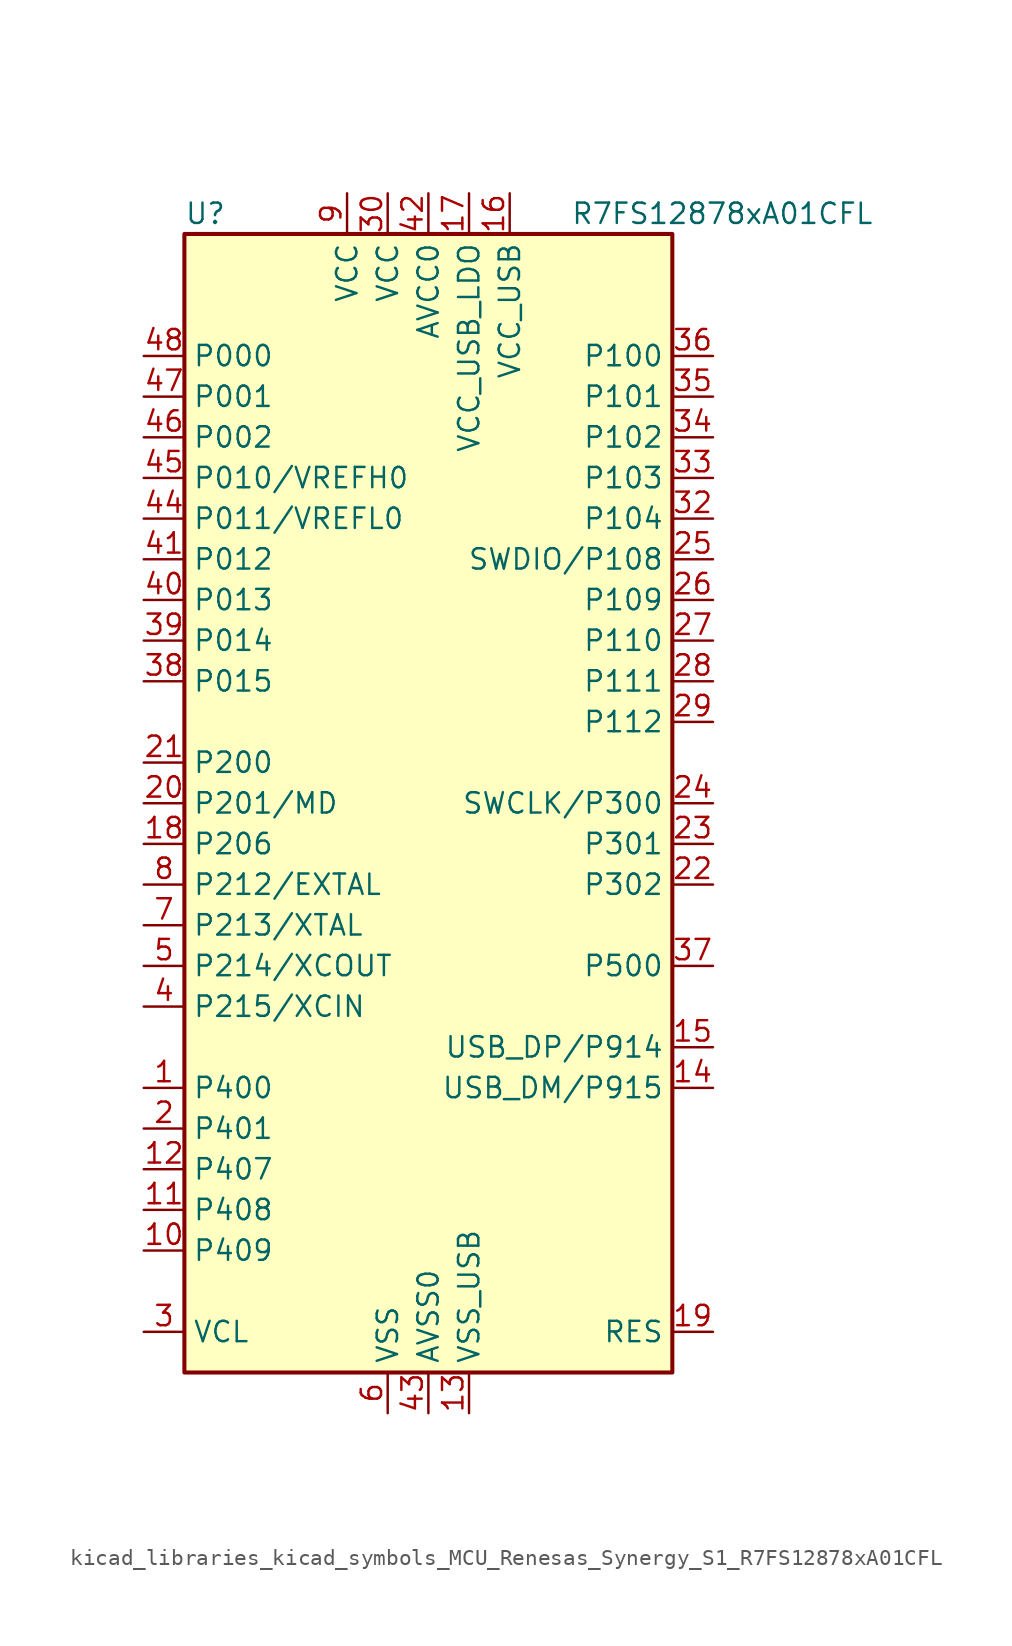
<source format=kicad_sym>
(kicad_symbol_lib
  (version 20220914)
  (generator kicad_symbol_editor)
  (symbol "kicad_libraries_kicad_symbols_MCU_Renesas_Synergy_S1_R7FS12878xA01CFL"
    (property "Reference" "U"
      (at -15.24 36.83 0)
      (effects (font (size 1.27 1.27)) (justify left)))
    (property "Value" "R7FS12878xA01CFL"
      (at 8.89 36.83 0)
      (effects (font (size 1.27 1.27)) (justify left)))
    (symbol "kicad_libraries_kicad_symbols_MCU_Renesas_Synergy_S1_R7FS12878xA01CFL_0_1"
      (rectangle (start -15.24 -35.56) (end 15.24 35.56) (stroke (width 0.254) (type default)) (fill (type background))))
    (symbol "kicad_libraries_kicad_symbols_MCU_Renesas_Synergy_S1_R7FS12878xA01CFL_1_1"
      (pin bidirectional line (at -17.78 -17.78 0) (length 2.54) (name "P400" (effects (font (size 1.27 1.27)))) (number "1" (effects (font (size 1.27 1.27)))))
      (pin bidirectional line (at -17.78 -27.94 0) (length 2.54) (name "P409" (effects (font (size 1.27 1.27)))) (number "10" (effects (font (size 1.27 1.27)))))
      (pin bidirectional line (at -17.78 -25.4 0) (length 2.54) (name "P408" (effects (font (size 1.27 1.27)))) (number "11" (effects (font (size 1.27 1.27)))))
      (pin bidirectional line (at -17.78 -22.86 0) (length 2.54) (name "P407" (effects (font (size 1.27 1.27)))) (number "12" (effects (font (size 1.27 1.27)))))
      (pin power_in line (at 2.54 -38.1 90) (length 2.54) (name "VSS_USB" (effects (font (size 1.27 1.27)))) (number "13" (effects (font (size 1.27 1.27)))))
      (pin bidirectional line (at 17.78 -17.78 180) (length 2.54) (name "USB_DM/P915" (effects (font (size 1.27 1.27)))) (number "14" (effects (font (size 1.27 1.27)))))
      (pin bidirectional line (at 17.78 -15.24 180) (length 2.54) (name "USB_DP/P914" (effects (font (size 1.27 1.27)))) (number "15" (effects (font (size 1.27 1.27)))))
      (pin power_in line (at 5.08 38.1 270) (length 2.54) (name "VCC_USB" (effects (font (size 1.27 1.27)))) (number "16" (effects (font (size 1.27 1.27)))))
      (pin power_in line (at 2.54 38.1 270) (length 2.54) (name "VCC_USB_LDO" (effects (font (size 1.27 1.27)))) (number "17" (effects (font (size 1.27 1.27)))))
      (pin bidirectional line (at -17.78 -2.54 0) (length 2.54) (name "P206" (effects (font (size 1.27 1.27)))) (number "18" (effects (font (size 1.27 1.27)))))
      (pin input line (at 17.78 -33.02 180) (length 2.54) (name "RES" (effects (font (size 1.27 1.27)))) (number "19" (effects (font (size 1.27 1.27)))))
      (pin bidirectional line (at -17.78 -20.32 0) (length 2.54) (name "P401" (effects (font (size 1.27 1.27)))) (number "2" (effects (font (size 1.27 1.27)))))
      (pin bidirectional line (at -17.78 0 0) (length 2.54) (name "P201/MD" (effects (font (size 1.27 1.27)))) (number "20" (effects (font (size 1.27 1.27)))))
      (pin bidirectional line (at -17.78 2.54 0) (length 2.54) (name "P200" (effects (font (size 1.27 1.27)))) (number "21" (effects (font (size 1.27 1.27)))))
      (pin bidirectional line (at 17.78 -5.08 180) (length 2.54) (name "P302" (effects (font (size 1.27 1.27)))) (number "22" (effects (font (size 1.27 1.27)))))
      (pin bidirectional line (at 17.78 -2.54 180) (length 2.54) (name "P301" (effects (font (size 1.27 1.27)))) (number "23" (effects (font (size 1.27 1.27)))))
      (pin bidirectional line (at 17.78 0 180) (length 2.54) (name "SWCLK/P300" (effects (font (size 1.27 1.27)))) (number "24" (effects (font (size 1.27 1.27)))))
      (pin bidirectional line (at 17.78 15.24 180) (length 2.54) (name "SWDIO/P108" (effects (font (size 1.27 1.27)))) (number "25" (effects (font (size 1.27 1.27)))))
      (pin bidirectional line (at 17.78 12.7 180) (length 2.54) (name "P109" (effects (font (size 1.27 1.27)))) (number "26" (effects (font (size 1.27 1.27)))))
      (pin bidirectional line (at 17.78 10.16 180) (length 2.54) (name "P110" (effects (font (size 1.27 1.27)))) (number "27" (effects (font (size 1.27 1.27)))))
      (pin bidirectional line (at 17.78 7.62 180) (length 2.54) (name "P111" (effects (font (size 1.27 1.27)))) (number "28" (effects (font (size 1.27 1.27)))))
      (pin bidirectional line (at 17.78 5.08 180) (length 2.54) (name "P112" (effects (font (size 1.27 1.27)))) (number "29" (effects (font (size 1.27 1.27)))))
      (pin passive line (at -17.78 -33.02 0) (length 2.54) (name "VCL" (effects (font (size 1.27 1.27)))) (number "3" (effects (font (size 1.27 1.27)))))
      (pin power_in line (at -2.54 38.1 270) (length 2.54) (name "VCC" (effects (font (size 1.27 1.27)))) (number "30" (effects (font (size 1.27 1.27)))))
      (pin passive line (at -2.54 -38.1 90) (length 2.54) hide (name "VSS" (effects (font (size 1.27 1.27)))) (number "31" (effects (font (size 1.27 1.27)))))
      (pin bidirectional line (at 17.78 17.78 180) (length 2.54) (name "P104" (effects (font (size 1.27 1.27)))) (number "32" (effects (font (size 1.27 1.27)))))
      (pin bidirectional line (at 17.78 20.32 180) (length 2.54) (name "P103" (effects (font (size 1.27 1.27)))) (number "33" (effects (font (size 1.27 1.27)))))
      (pin bidirectional line (at 17.78 22.86 180) (length 2.54) (name "P102" (effects (font (size 1.27 1.27)))) (number "34" (effects (font (size 1.27 1.27)))))
      (pin bidirectional line (at 17.78 25.4 180) (length 2.54) (name "P101" (effects (font (size 1.27 1.27)))) (number "35" (effects (font (size 1.27 1.27)))))
      (pin bidirectional line (at 17.78 27.94 180) (length 2.54) (name "P100" (effects (font (size 1.27 1.27)))) (number "36" (effects (font (size 1.27 1.27)))))
      (pin bidirectional line (at 17.78 -10.16 180) (length 2.54) (name "P500" (effects (font (size 1.27 1.27)))) (number "37" (effects (font (size 1.27 1.27)))))
      (pin bidirectional line (at -17.78 7.62 0) (length 2.54) (name "P015" (effects (font (size 1.27 1.27)))) (number "38" (effects (font (size 1.27 1.27)))))
      (pin bidirectional line (at -17.78 10.16 0) (length 2.54) (name "P014" (effects (font (size 1.27 1.27)))) (number "39" (effects (font (size 1.27 1.27)))))
      (pin bidirectional line (at -17.78 -12.7 0) (length 2.54) (name "P215/XCIN" (effects (font (size 1.27 1.27)))) (number "4" (effects (font (size 1.27 1.27)))))
      (pin bidirectional line (at -17.78 12.7 0) (length 2.54) (name "P013" (effects (font (size 1.27 1.27)))) (number "40" (effects (font (size 1.27 1.27)))))
      (pin bidirectional line (at -17.78 15.24 0) (length 2.54) (name "P012" (effects (font (size 1.27 1.27)))) (number "41" (effects (font (size 1.27 1.27)))))
      (pin power_in line (at 0 38.1 270) (length 2.54) (name "AVCC0" (effects (font (size 1.27 1.27)))) (number "42" (effects (font (size 1.27 1.27)))))
      (pin power_in line (at 0 -38.1 90) (length 2.54) (name "AVSS0" (effects (font (size 1.27 1.27)))) (number "43" (effects (font (size 1.27 1.27)))))
      (pin bidirectional line (at -17.78 17.78 0) (length 2.54) (name "P011/VREFL0" (effects (font (size 1.27 1.27)))) (number "44" (effects (font (size 1.27 1.27)))))
      (pin bidirectional line (at -17.78 20.32 0) (length 2.54) (name "P010/VREFH0" (effects (font (size 1.27 1.27)))) (number "45" (effects (font (size 1.27 1.27)))))
      (pin bidirectional line (at -17.78 22.86 0) (length 2.54) (name "P002" (effects (font (size 1.27 1.27)))) (number "46" (effects (font (size 1.27 1.27)))))
      (pin bidirectional line (at -17.78 25.4 0) (length 2.54) (name "P001" (effects (font (size 1.27 1.27)))) (number "47" (effects (font (size 1.27 1.27)))))
      (pin bidirectional line (at -17.78 27.94 0) (length 2.54) (name "P000" (effects (font (size 1.27 1.27)))) (number "48" (effects (font (size 1.27 1.27)))))
      (pin bidirectional line (at -17.78 -10.16 0) (length 2.54) (name "P214/XCOUT" (effects (font (size 1.27 1.27)))) (number "5" (effects (font (size 1.27 1.27)))))
      (pin power_in line (at -2.54 -38.1 90) (length 2.54) (name "VSS" (effects (font (size 1.27 1.27)))) (number "6" (effects (font (size 1.27 1.27)))))
      (pin bidirectional line (at -17.78 -7.62 0) (length 2.54) (name "P213/XTAL" (effects (font (size 1.27 1.27)))) (number "7" (effects (font (size 1.27 1.27)))))
      (pin bidirectional line (at -17.78 -5.08 0) (length 2.54) (name "P212/EXTAL" (effects (font (size 1.27 1.27)))) (number "8" (effects (font (size 1.27 1.27)))))
      (pin power_in line (at -5.08 38.1 270) (length 2.54) (name "VCC" (effects (font (size 1.27 1.27)))) (number "9" (effects (font (size 1.27 1.27))))))))
</source>
